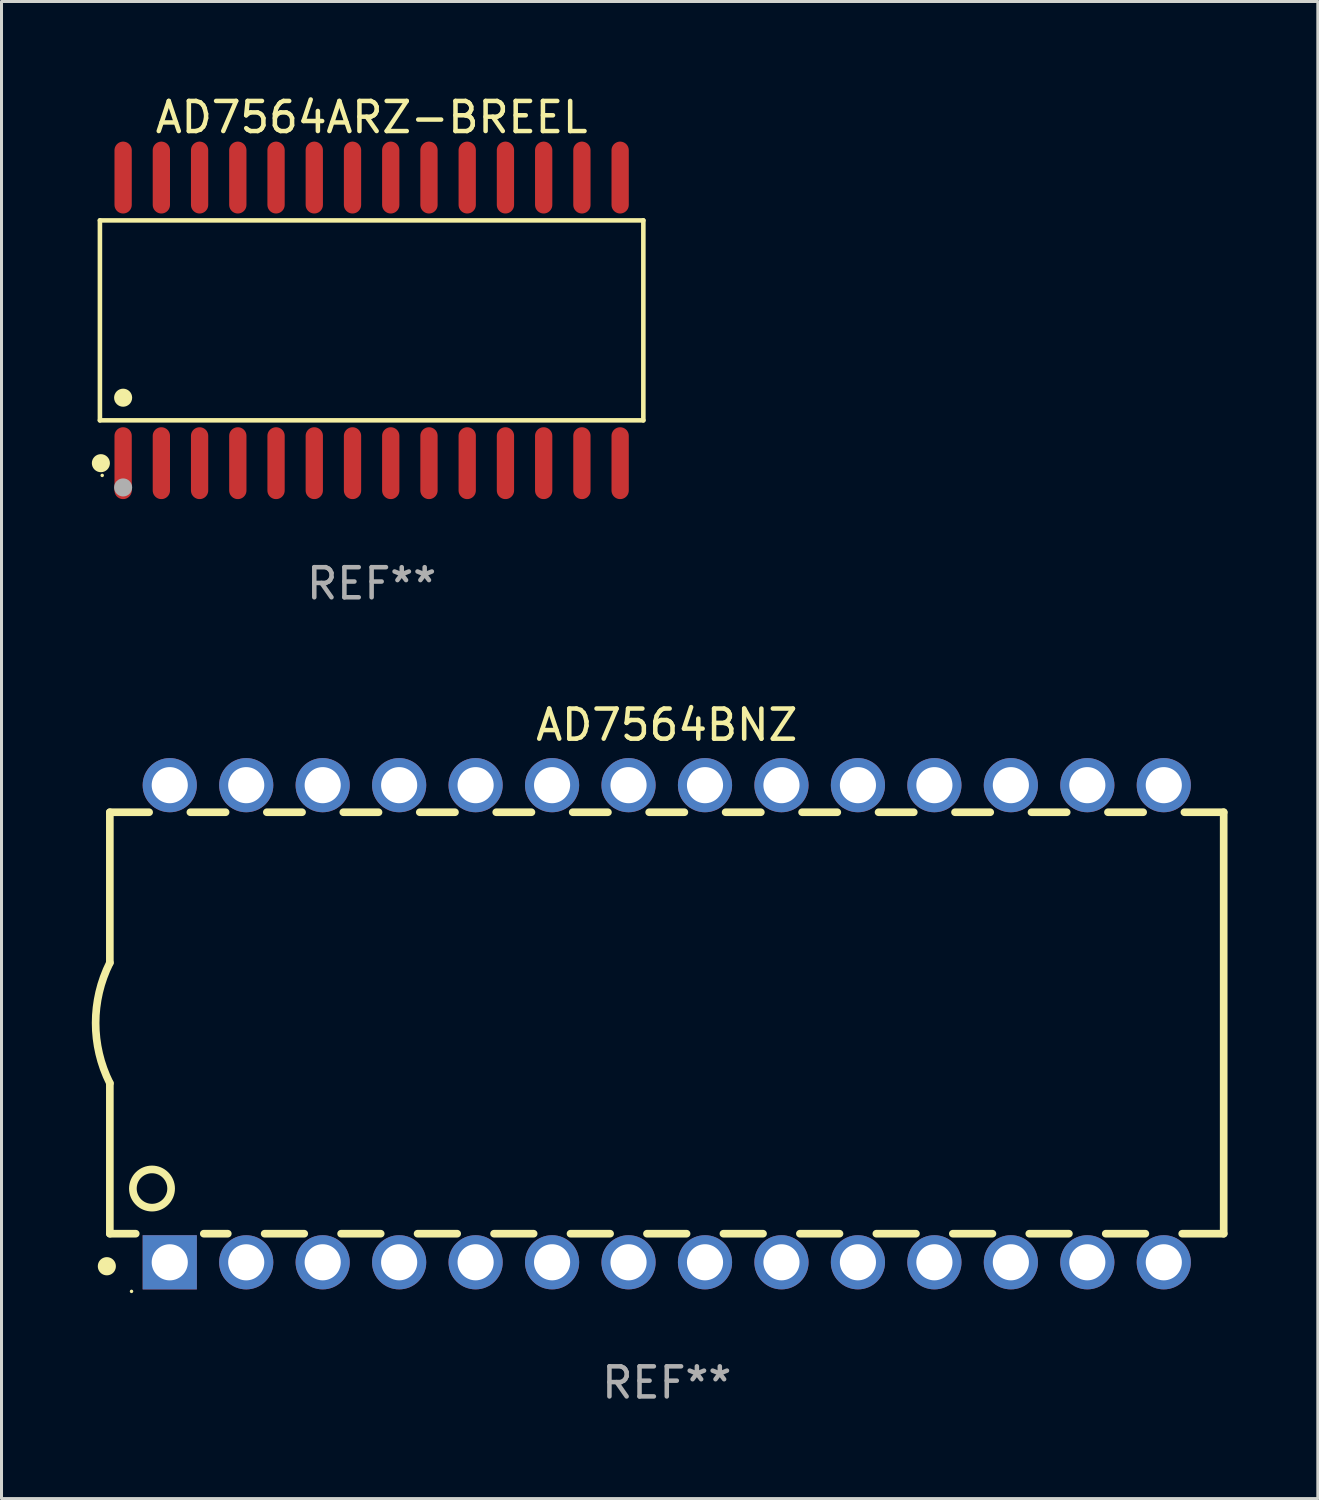
<source format=kicad_pcb>
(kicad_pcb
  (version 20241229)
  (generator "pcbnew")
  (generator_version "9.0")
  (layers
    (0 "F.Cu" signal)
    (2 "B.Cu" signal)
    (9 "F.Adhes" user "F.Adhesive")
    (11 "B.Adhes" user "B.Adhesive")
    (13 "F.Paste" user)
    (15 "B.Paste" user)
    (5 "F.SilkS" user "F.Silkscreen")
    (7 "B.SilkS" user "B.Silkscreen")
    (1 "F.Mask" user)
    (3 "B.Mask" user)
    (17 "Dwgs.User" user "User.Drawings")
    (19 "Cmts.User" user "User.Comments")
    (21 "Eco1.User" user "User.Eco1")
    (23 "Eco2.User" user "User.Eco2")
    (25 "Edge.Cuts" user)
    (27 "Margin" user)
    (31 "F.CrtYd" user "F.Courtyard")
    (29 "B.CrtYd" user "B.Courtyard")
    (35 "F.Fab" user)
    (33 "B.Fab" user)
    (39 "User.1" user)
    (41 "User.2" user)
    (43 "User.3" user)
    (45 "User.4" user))
  (footprint "AD7564BNZ"
    (layer "F.Cu")
    (at 19.099 30.957)
    (property "Reference" "AD7564BNZ" (at 0 -9.925 0) (layer "F.SilkS") (effects (font (size 1 1) (thickness 0.15))))
    (attr through_hole)
    (fp_line (start -18.5 -7.026) (end -18.5 -2.026) (stroke (width 0.254) (type solid)) (layer "F.SilkS"))
    (fp_line (start -18.5 1.974) (end -18.5 6.974) (stroke (width 0.254) (type solid)) (layer "F.SilkS"))
    (fp_line (start -17.64 6.974) (end -18.5 6.974) (stroke (width 0.254) (type solid)) (layer "F.SilkS"))
    (fp_line (start -17.195 -7.026) (end -18.5 -7.026) (stroke (width 0.254) (type solid)) (layer "F.SilkS"))
    (fp_line (start -14.655 -7.026) (end -15.825 -7.026) (stroke (width 0.254) (type solid)) (layer "F.SilkS"))
    (fp_line (start -14.582 6.974) (end -15.38 6.974) (stroke (width 0.254) (type solid)) (layer "F.SilkS"))
    (fp_line (start -12.115 -7.026) (end -13.285 -7.026) (stroke (width 0.254) (type solid)) (layer "F.SilkS"))
    (fp_line (start -12.042 6.974) (end -13.358 6.974) (stroke (width 0.254) (type solid)) (layer "F.SilkS"))
    (fp_line (start -9.575 -7.026) (end -10.745 -7.026) (stroke (width 0.254) (type solid)) (layer "F.SilkS"))
    (fp_line (start -9.502 6.974) (end -10.818 6.974) (stroke (width 0.254) (type solid)) (layer "F.SilkS"))
    (fp_line (start -7.035 -7.026) (end -8.205 -7.026) (stroke (width 0.254) (type solid)) (layer "F.SilkS"))
    (fp_line (start -6.962 6.974) (end -8.278 6.974) (stroke (width 0.254) (type solid)) (layer "F.SilkS"))
    (fp_line (start -4.495 -7.026) (end -5.665 -7.026) (stroke (width 0.254) (type solid)) (layer "F.SilkS"))
    (fp_line (start -4.422 6.974) (end -5.738 6.974) (stroke (width 0.254) (type solid)) (layer "F.SilkS"))
    (fp_line (start -1.955 -7.026) (end -3.125 -7.026) (stroke (width 0.254) (type solid)) (layer "F.SilkS"))
    (fp_line (start -1.882 6.974) (end -3.198 6.974) (stroke (width 0.254) (type solid)) (layer "F.SilkS"))
    (fp_line (start 0.585 -7.026) (end -0.585 -7.026) (stroke (width 0.254) (type solid)) (layer "F.SilkS"))
    (fp_line (start 0.658 6.974) (end -0.658 6.974) (stroke (width 0.254) (type solid)) (layer "F.SilkS"))
    (fp_line (start 3.125 -7.026) (end 1.955 -7.026) (stroke (width 0.254) (type solid)) (layer "F.SilkS"))
    (fp_line (start 3.198 6.974) (end 1.882 6.974) (stroke (width 0.254) (type solid)) (layer "F.SilkS"))
    (fp_line (start 5.665 -7.026) (end 4.495 -7.026) (stroke (width 0.254) (type solid)) (layer "F.SilkS"))
    (fp_line (start 5.738 6.974) (end 4.422 6.974) (stroke (width 0.254) (type solid)) (layer "F.SilkS"))
    (fp_line (start 8.205 -7.026) (end 7.035 -7.026) (stroke (width 0.254) (type solid)) (layer "F.SilkS"))
    (fp_line (start 8.278 6.974) (end 6.962 6.974) (stroke (width 0.254) (type solid)) (layer "F.SilkS"))
    (fp_line (start 10.745 -7.026) (end 9.575 -7.026) (stroke (width 0.254) (type solid)) (layer "F.SilkS"))
    (fp_line (start 10.818 6.974) (end 9.502 6.974) (stroke (width 0.254) (type solid)) (layer "F.SilkS"))
    (fp_line (start 13.285 -7.026) (end 12.115 -7.026) (stroke (width 0.254) (type solid)) (layer "F.SilkS"))
    (fp_line (start 13.358 6.974) (end 12.042 6.974) (stroke (width 0.254) (type solid)) (layer "F.SilkS"))
    (fp_line (start 15.825 -7.026) (end 14.655 -7.026) (stroke (width 0.254) (type solid)) (layer "F.SilkS"))
    (fp_line (start 15.898 6.974) (end 14.582 6.974) (stroke (width 0.254) (type solid)) (layer "F.SilkS"))
    (fp_line (start 18.5 -7.026) (end 17.195 -7.026) (stroke (width 0.254) (type solid)) (layer "F.SilkS"))
    (fp_line (start 18.5 6.974) (end 17.122 6.974) (stroke (width 0.254) (type solid)) (layer "F.SilkS"))
    (fp_line (start 18.5 6.974) (end 18.5 -7.026) (stroke (width 0.254) (type solid)) (layer "F.SilkS"))
    (fp_arc (start -18.599924 8.057734) (mid -18.599935 8.055207) (end -18.599924 8.052679) (stroke (width 0.6) (type solid)) (layer "F.SilkS"))
    (fp_arc (start -18.500051 1.974346) (mid -18.972187 -0.025654) (end -18.500051 -2.025654) (stroke (width 0.254001) (type solid)) (layer "F.SilkS"))
    (fp_circle (center -17.78 8.89) (end -17.75 8.89) (stroke (width 0.06) (type solid)) (fill no) (layer "F.SilkS"))
    (fp_circle (center -17.1 5.474) (end -16.465 5.474) (stroke (width 0.254) (type solid)) (fill no) (layer "F.SilkS"))
    (fp_text user "REF**" (at 0 11.925 0) (layer "F.Fab") (effects (font (size 1 1) (thickness 0.15))))
    (pad "1" thru_hole rect (at -16.51 7.925) (size 1.8 1.8) (drill 1.2) (layers "*.Cu" "*.Mask"))
    (pad "2" thru_hole circle (at -13.97 7.925) (size 1.8 1.8) (drill 1.2) (layers "*.Cu" "*.Mask"))
    (pad "3" thru_hole circle (at -11.43 7.924) (size 1.8 1.8) (drill 1.2) (layers "*.Cu" "*.Mask"))
    (pad "4" thru_hole circle (at -8.89 7.924) (size 1.8 1.8) (drill 1.2) (layers "*.Cu" "*.Mask"))
    (pad "5" thru_hole circle (at -6.35 7.924) (size 1.8 1.8) (drill 1.2) (layers "*.Cu" "*.Mask"))
    (pad "6" thru_hole circle (at -3.81 7.924) (size 1.8 1.8) (drill 1.2) (layers "*.Cu" "*.Mask"))
    (pad "7" thru_hole circle (at -1.27 7.924) (size 1.8 1.8) (drill 1.2) (layers "*.Cu" "*.Mask"))
    (pad "8" thru_hole circle (at 1.27 7.924) (size 1.8 1.8) (drill 1.2) (layers "*.Cu" "*.Mask"))
    (pad "9" thru_hole circle (at 3.81 7.924) (size 1.8 1.8) (drill 1.2) (layers "*.Cu" "*.Mask"))
    (pad "10" thru_hole circle (at 6.35 7.924) (size 1.8 1.8) (drill 1.2) (layers "*.Cu" "*.Mask"))
    (pad "11" thru_hole circle (at 8.89 7.924) (size 1.8 1.8) (drill 1.2) (layers "*.Cu" "*.Mask"))
    (pad "12" thru_hole circle (at 11.43 7.924) (size 1.8 1.8) (drill 1.2) (layers "*.Cu" "*.Mask"))
    (pad "13" thru_hole circle (at 13.97 7.924) (size 1.8 1.8) (drill 1.2) (layers "*.Cu" "*.Mask"))
    (pad "14" thru_hole circle (at 16.51 7.924) (size 1.8 1.8) (drill 1.2) (layers "*.Cu" "*.Mask"))
    (pad "15" thru_hole circle (at 16.51 -7.925) (size 1.8 1.8) (drill 1.2) (layers "*.Cu" "*.Mask"))
    (pad "16" thru_hole circle (at 13.97 -7.925) (size 1.8 1.8) (drill 1.2) (layers "*.Cu" "*.Mask"))
    (pad "17" thru_hole circle (at 11.43 -7.925) (size 1.8 1.8) (drill 1.2) (layers "*.Cu" "*.Mask"))
    (pad "18" thru_hole circle (at 8.89 -7.925) (size 1.8 1.8) (drill 1.2) (layers "*.Cu" "*.Mask"))
    (pad "19" thru_hole circle (at 6.35 -7.925) (size 1.8 1.8) (drill 1.2) (layers "*.Cu" "*.Mask"))
    (pad "20" thru_hole circle (at 3.81 -7.925) (size 1.8 1.8) (drill 1.2) (layers "*.Cu" "*.Mask"))
    (pad "21" thru_hole circle (at 1.27 -7.925) (size 1.8 1.8) (drill 1.2) (layers "*.Cu" "*.Mask"))
    (pad "22" thru_hole circle (at -1.27 -7.925) (size 1.8 1.8) (drill 1.2) (layers "*.Cu" "*.Mask"))
    (pad "23" thru_hole circle (at -3.81 -7.925) (size 1.8 1.8) (drill 1.2) (layers "*.Cu" "*.Mask"))
    (pad "24" thru_hole circle (at -6.35 -7.925) (size 1.8 1.8) (drill 1.2) (layers "*.Cu" "*.Mask"))
    (pad "25" thru_hole circle (at -8.89 -7.925) (size 1.8 1.8) (drill 1.2) (layers "*.Cu" "*.Mask"))
    (pad "26" thru_hole circle (at -11.43 -7.925) (size 1.8 1.8) (drill 1.2) (layers "*.Cu" "*.Mask"))
    (pad "27" thru_hole circle (at -13.97 -7.925) (size 1.8 1.8) (drill 1.2) (layers "*.Cu" "*.Mask"))
    (pad "28" thru_hole circle (at -16.51 -7.925) (size 1.8 1.8) (drill 1.2) (layers "*.Cu" "*.Mask")))
  (footprint "AD7564ARZ-BREEL"
    (layer "F.Cu")
    (at 9.295 7.592)
    (property "Reference" "AD7564ARZ-BREEL" (at 0 -6.744 0) (layer "F.SilkS") (effects (font (size 1 1) (thickness 0.15))))
    (attr through_hole)
    (fp_line (start -9.026 -3.321) (end 9.026 -3.321) (stroke (width 0.152) (type solid)) (layer "F.SilkS"))
    (fp_line (start -9.026 3.321) (end -9.026 -3.321) (stroke (width 0.152) (type solid)) (layer "F.SilkS"))
    (fp_line (start 9.026 -3.321) (end 9.026 3.321) (stroke (width 0.152) (type solid)) (layer "F.SilkS"))
    (fp_line (start 9.026 3.321) (end -9.026 3.321) (stroke (width 0.152) (type solid)) (layer "F.SilkS"))
    (fp_circle (center -8.994 4.744) (end -8.844 4.744) (stroke (width 0.3) (type solid)) (fill no) (layer "F.SilkS"))
    (fp_circle (center -8.95 5.15) (end -8.92 5.15) (stroke (width 0.06) (type solid)) (fill no) (layer "F.SilkS"))
    (fp_circle (center -8.255 2.569) (end -8.105 2.569) (stroke (width 0.3) (type solid)) (fill no) (layer "F.SilkS"))
    (fp_circle (center -8.255 5.55) (end -8.105 5.55) (stroke (width 0.3) (type solid)) (fill no) (layer "F.Fab"))
    (fp_text user "REF**" (at 0 8.744 0) (layer "F.Fab") (effects (font (size 1 1) (thickness 0.15))))
    (pad "1" smd oval (at -8.255 4.744) (size 0.574 2.388) (layers "F.Cu" "F.Mask" "F.Paste"))
    (pad "2" smd oval (at -6.985 4.744) (size 0.574 2.388) (layers "F.Cu" "F.Mask" "F.Paste"))
    (pad "3" smd oval (at -5.715 4.744) (size 0.574 2.388) (layers "F.Cu" "F.Mask" "F.Paste"))
    (pad "4" smd oval (at -4.445 4.744) (size 0.574 2.388) (layers "F.Cu" "F.Mask" "F.Paste"))
    (pad "5" smd oval (at -3.175 4.744) (size 0.574 2.388) (layers "F.Cu" "F.Mask" "F.Paste"))
    (pad "6" smd oval (at -1.905 4.744) (size 0.574 2.388) (layers "F.Cu" "F.Mask" "F.Paste"))
    (pad "7" smd oval (at -0.635 4.744) (size 0.574 2.388) (layers "F.Cu" "F.Mask" "F.Paste"))
    (pad "8" smd oval (at 0.635 4.744) (size 0.574 2.388) (layers "F.Cu" "F.Mask" "F.Paste"))
    (pad "9" smd oval (at 1.905 4.744) (size 0.574 2.388) (layers "F.Cu" "F.Mask" "F.Paste"))
    (pad "10" smd oval (at 3.175 4.744) (size 0.574 2.388) (layers "F.Cu" "F.Mask" "F.Paste"))
    (pad "11" smd oval (at 4.445 4.744) (size 0.574 2.388) (layers "F.Cu" "F.Mask" "F.Paste"))
    (pad "12" smd oval (at 5.715 4.744) (size 0.574 2.388) (layers "F.Cu" "F.Mask" "F.Paste"))
    (pad "13" smd oval (at 6.985 4.744) (size 0.574 2.388) (layers "F.Cu" "F.Mask" "F.Paste"))
    (pad "14" smd oval (at 8.255 4.744) (size 0.574 2.388) (layers "F.Cu" "F.Mask" "F.Paste"))
    (pad "15" smd oval (at 8.255 -4.744) (size 0.574 2.388) (layers "F.Cu" "F.Mask" "F.Paste"))
    (pad "16" smd oval (at 6.985 -4.744) (size 0.574 2.388) (layers "F.Cu" "F.Mask" "F.Paste"))
    (pad "17" smd oval (at 5.715 -4.744) (size 0.574 2.388) (layers "F.Cu" "F.Mask" "F.Paste"))
    (pad "18" smd oval (at 4.445 -4.744) (size 0.574 2.388) (layers "F.Cu" "F.Mask" "F.Paste"))
    (pad "19" smd oval (at 3.175 -4.744) (size 0.574 2.388) (layers "F.Cu" "F.Mask" "F.Paste"))
    (pad "20" smd oval (at 1.905 -4.744) (size 0.574 2.388) (layers "F.Cu" "F.Mask" "F.Paste"))
    (pad "21" smd oval (at 0.635 -4.744) (size 0.574 2.388) (layers "F.Cu" "F.Mask" "F.Paste"))
    (pad "22" smd oval (at -0.635 -4.744) (size 0.574 2.388) (layers "F.Cu" "F.Mask" "F.Paste"))
    (pad "23" smd oval (at -1.905 -4.744) (size 0.574 2.388) (layers "F.Cu" "F.Mask" "F.Paste"))
    (pad "24" smd oval (at -3.175 -4.744) (size 0.574 2.388) (layers "F.Cu" "F.Mask" "F.Paste"))
    (pad "25" smd oval (at -4.445 -4.744) (size 0.574 2.388) (layers "F.Cu" "F.Mask" "F.Paste"))
    (pad "26" smd oval (at -5.715 -4.744) (size 0.574 2.388) (layers "F.Cu" "F.Mask" "F.Paste"))
    (pad "27" smd oval (at -6.985 -4.744) (size 0.574 2.388) (layers "F.Cu" "F.Mask" "F.Paste"))
    (pad "28" smd oval (at -8.255 -4.744) (size 0.574 2.388) (layers "F.Cu" "F.Mask" "F.Paste")))
  (gr_rect
    (start -3 -3)
    (end 40.726 46.731)
    (stroke (width 0.1) (type default))
    (fill no)
    (layer "Edge.Cuts")))
</source>
